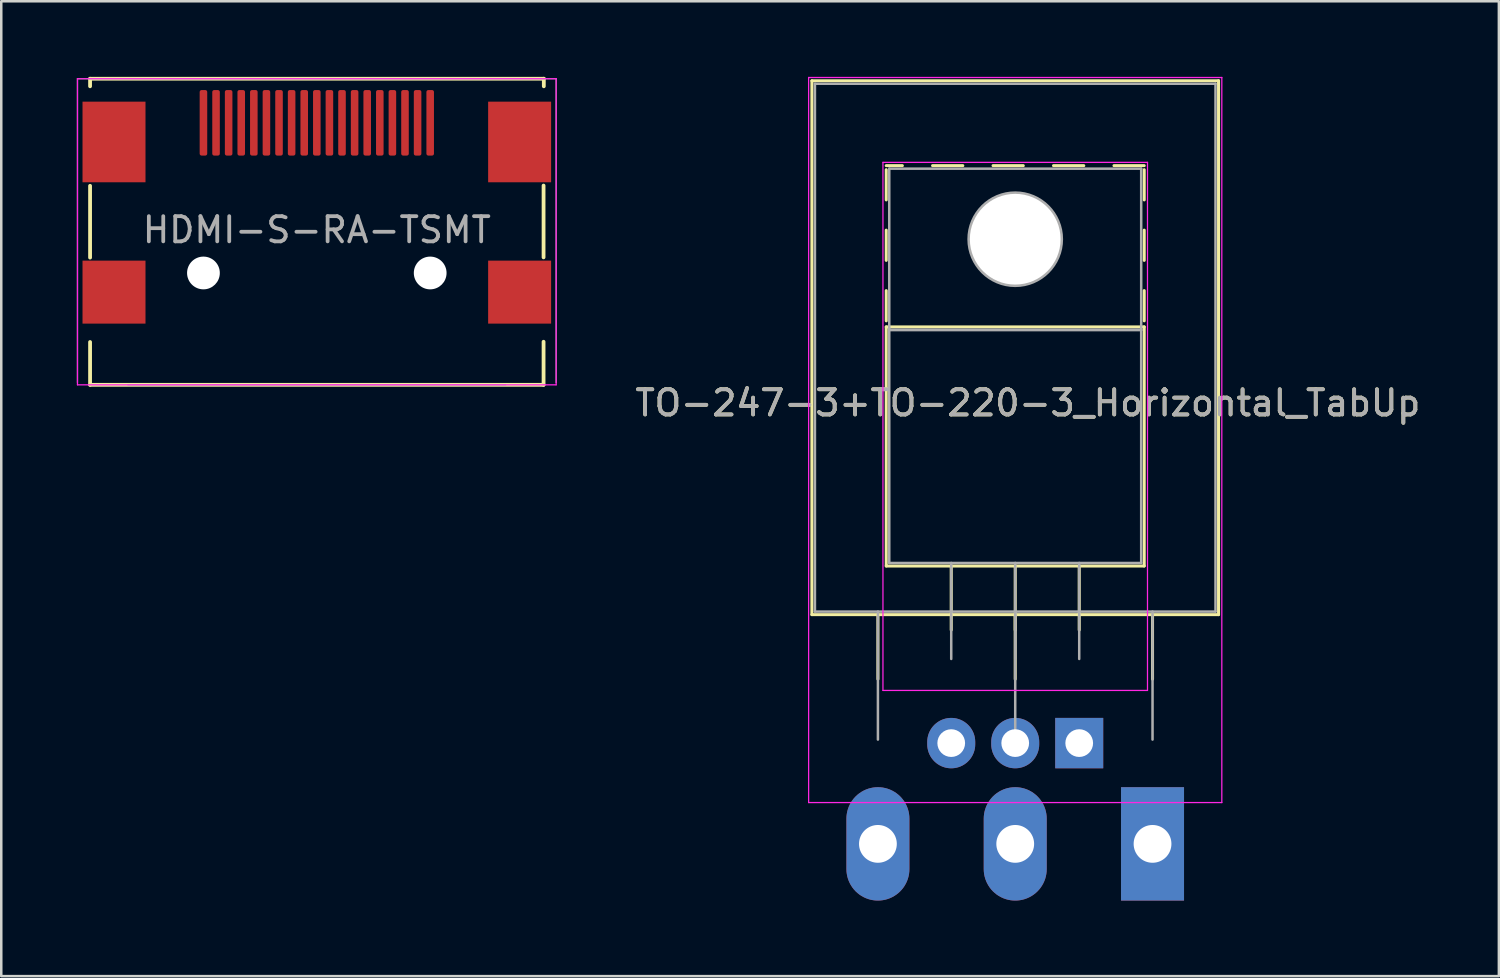
<source format=kicad_pcb>
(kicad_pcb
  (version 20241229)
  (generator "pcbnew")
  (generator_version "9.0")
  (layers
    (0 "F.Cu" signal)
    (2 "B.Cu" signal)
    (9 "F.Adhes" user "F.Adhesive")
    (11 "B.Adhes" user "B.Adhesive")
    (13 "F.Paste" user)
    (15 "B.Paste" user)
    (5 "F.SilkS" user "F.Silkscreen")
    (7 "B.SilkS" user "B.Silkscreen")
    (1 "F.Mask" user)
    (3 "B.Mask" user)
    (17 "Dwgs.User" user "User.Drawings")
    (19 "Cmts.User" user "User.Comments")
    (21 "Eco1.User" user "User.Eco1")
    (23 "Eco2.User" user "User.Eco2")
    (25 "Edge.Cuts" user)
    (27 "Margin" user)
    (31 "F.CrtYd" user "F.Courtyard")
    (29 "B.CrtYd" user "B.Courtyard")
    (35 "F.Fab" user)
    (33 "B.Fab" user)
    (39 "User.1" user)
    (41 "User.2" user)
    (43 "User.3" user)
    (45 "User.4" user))
  (footprint "TO-247-3+TO-220-3_Horizontal_TabUp"
    (layer "F.Cu")
    (at 37.246 6.445)
    (property "Reference" "TO-247-3+TO-220-3_Horizontal_TabUp" (at 0.5 6.5 180) (layer "F.SilkS") (effects (font (size 1 1) (thickness 0.15))))
    (attr through_hole)
    (fp_line (start -8.07 14.9) (end -8.07 -6.29) (stroke (width 0.12) (type solid)) (layer "F.SilkS"))
    (fp_line (start -5.45 17.46) (end -5.45 14.9) (stroke (width 0.12) (type solid)) (layer "F.SilkS"))
    (fp_line (start -5.12 -1.56) (end -5.12 -2.76) (stroke (width 0.12) (type solid)) (layer "F.SilkS"))
    (fp_line (start -5.12 0.84) (end -5.12 -0.36) (stroke (width 0.12) (type solid)) (layer "F.SilkS"))
    (fp_line (start -5.12 3.24) (end -5.12 2.04) (stroke (width 0.12) (type solid)) (layer "F.SilkS"))
    (fp_line (start -5.12 12.97) (end -5.12 3.48) (stroke (width 0.12) (type solid)) (layer "F.SilkS"))
    (fp_line (start -4.48 -2.92) (end -5.12 -2.92) (stroke (width 0.12) (type solid)) (layer "F.SilkS"))
    (fp_line (start -2.54 15.51) (end -2.54 12.97) (stroke (width 0.12) (type solid)) (layer "F.SilkS"))
    (fp_line (start -2.08 -2.92) (end -3.28 -2.92) (stroke (width 0.12) (type solid)) (layer "F.SilkS"))
    (fp_line (start 0 15.51) (end 0 12.97) (stroke (width 0.12) (type solid)) (layer "F.SilkS"))
    (fp_line (start 0 17.46) (end 0 14.9) (stroke (width 0.12) (type solid)) (layer "F.SilkS"))
    (fp_line (start 0.32 -2.92) (end -0.88 -2.92) (stroke (width 0.12) (type solid)) (layer "F.SilkS"))
    (fp_line (start 2.54 15.51) (end 2.54 12.97) (stroke (width 0.12) (type solid)) (layer "F.SilkS"))
    (fp_line (start 2.721 -2.92) (end 1.52 -2.92) (stroke (width 0.12) (type solid)) (layer "F.SilkS"))
    (fp_line (start 5.12 -2.92) (end 3.92 -2.92) (stroke (width 0.12) (type solid)) (layer "F.SilkS"))
    (fp_line (start 5.12 -1.56) (end 5.12 -2.76) (stroke (width 0.12) (type solid)) (layer "F.SilkS"))
    (fp_line (start 5.12 0.84) (end 5.12 -0.36) (stroke (width 0.12) (type solid)) (layer "F.SilkS"))
    (fp_line (start 5.12 3.24) (end 5.12 2.04) (stroke (width 0.12) (type solid)) (layer "F.SilkS"))
    (fp_line (start 5.12 3.48) (end -5.12 3.48) (stroke (width 0.12) (type solid)) (layer "F.SilkS"))
    (fp_line (start 5.12 12.97) (end -5.12 12.97) (stroke (width 0.12) (type solid)) (layer "F.SilkS"))
    (fp_line (start 5.12 12.97) (end 5.12 3.48) (stroke (width 0.12) (type solid)) (layer "F.SilkS"))
    (fp_line (start 5.45 17.46) (end 5.45 14.9) (stroke (width 0.12) (type solid)) (layer "F.SilkS"))
    (fp_line (start 8.07 -6.29) (end -8.07 -6.29) (stroke (width 0.12) (type solid)) (layer "F.SilkS"))
    (fp_line (start 8.07 14.9) (end -8.07 14.9) (stroke (width 0.12) (type solid)) (layer "F.SilkS"))
    (fp_line (start 8.07 14.9) (end 8.07 -6.29) (stroke (width 0.12) (type solid)) (layer "F.SilkS"))
    (fp_line (start -8.2 -6.42) (end -8.2 22.36) (stroke (width 0.05) (type solid)) (layer "F.CrtYd"))
    (fp_line (start -8.2 22.36) (end 8.2 22.36) (stroke (width 0.05) (type solid)) (layer "F.CrtYd"))
    (fp_line (start -5.25 -3.05) (end -5.25 17.91) (stroke (width 0.05) (type solid)) (layer "F.CrtYd"))
    (fp_line (start -5.25 17.91) (end 5.25 17.91) (stroke (width 0.05) (type solid)) (layer "F.CrtYd"))
    (fp_line (start 5.25 -3.05) (end -5.25 -3.05) (stroke (width 0.05) (type solid)) (layer "F.CrtYd"))
    (fp_line (start 5.25 17.91) (end 5.25 -3.05) (stroke (width 0.05) (type solid)) (layer "F.CrtYd"))
    (fp_line (start 8.2 -6.42) (end -8.2 -6.42) (stroke (width 0.05) (type solid)) (layer "F.CrtYd"))
    (fp_line (start 8.2 22.36) (end 8.2 -6.42) (stroke (width 0.05) (type solid)) (layer "F.CrtYd"))
    (fp_line (start -7.95 -6.17) (end -7.95 14.78) (stroke (width 0.1) (type solid)) (layer "F.Fab"))
    (fp_line (start -7.95 14.78) (end 7.95 14.78) (stroke (width 0.1) (type solid)) (layer "F.Fab"))
    (fp_line (start -5.45 14.78) (end -5.45 19.86) (stroke (width 0.1) (type solid)) (layer "F.Fab"))
    (fp_line (start -5 -2.8) (end -5 3.6) (stroke (width 0.1) (type solid)) (layer "F.Fab"))
    (fp_line (start -5 3.6) (end -5 12.85) (stroke (width 0.1) (type solid)) (layer "F.Fab"))
    (fp_line (start -5 3.6) (end 5 3.6) (stroke (width 0.1) (type solid)) (layer "F.Fab"))
    (fp_line (start -5 12.85) (end 5 12.85) (stroke (width 0.1) (type solid)) (layer "F.Fab"))
    (fp_line (start -2.54 12.85) (end -2.54 16.66) (stroke (width 0.1) (type solid)) (layer "F.Fab"))
    (fp_line (start 0 12.85) (end 0 16.66) (stroke (width 0.1) (type solid)) (layer "F.Fab"))
    (fp_line (start 0 14.78) (end 0 19.86) (stroke (width 0.1) (type solid)) (layer "F.Fab"))
    (fp_line (start 2.54 12.85) (end 2.54 16.66) (stroke (width 0.1) (type solid)) (layer "F.Fab"))
    (fp_line (start 5 -2.8) (end -5 -2.8) (stroke (width 0.1) (type solid)) (layer "F.Fab"))
    (fp_line (start 5 3.6) (end -5 3.6) (stroke (width 0.1) (type solid)) (layer "F.Fab"))
    (fp_line (start 5 3.6) (end 5 -2.8) (stroke (width 0.1) (type solid)) (layer "F.Fab"))
    (fp_line (start 5 12.85) (end 5 3.6) (stroke (width 0.1) (type solid)) (layer "F.Fab"))
    (fp_line (start 5.45 14.78) (end 5.45 19.86) (stroke (width 0.1) (type solid)) (layer "F.Fab"))
    (fp_line (start 7.95 -6.17) (end -7.95 -6.17) (stroke (width 0.1) (type solid)) (layer "F.Fab"))
    (fp_line (start 7.95 14.78) (end 7.95 -6.17) (stroke (width 0.1) (type solid)) (layer "F.Fab"))
    (fp_circle (center 0 0) (end -1.85 0) (stroke (width 0.1) (type solid)) (fill no) (layer "F.Fab"))
    (fp_circle (center 0 0) (end -1.805 0) (stroke (width 0.1) (type solid)) (fill no) (layer "F.Fab"))
    (fp_text user "${REFERENCE}" (at 0.5 6.5 180) (layer "F.Fab") (effects (font (size 1 1) (thickness 0.15))))
    (pad "" np_thru_hole oval (at 0 0 180) (size 3.5 3.5) (drill 3.5) (layers "*.Cu" "*.Mask"))
    (pad "" np_thru_hole oval (at 0 0 180) (size 3.6 3.6) (drill 3.6) (layers "*.Cu" "*.Mask"))
    (pad "1" thru_hole rect (at 2.54 20 180) (size 1.905 2) (drill 1.1) (layers "*.Cu" "*.Mask"))
    (pad "1" thru_hole rect (at 5.45 24 180) (size 2.5 4.5) (drill 1.5) (layers "*.Cu" "*.Mask"))
    (pad "2" thru_hole oval (at 0 20 180) (size 1.905 2) (drill 1.1) (layers "*.Cu" "*.Mask"))
    (pad "2" thru_hole oval (at 0 24 180) (size 2.5 4.5) (drill 1.5) (layers "*.Cu" "*.Mask"))
    (pad "3" thru_hole oval (at -5.45 24 180) (size 2.5 4.5) (drill 1.5) (layers "*.Cu" "*.Mask"))
    (pad "3" thru_hole oval (at -2.54 20 180) (size 1.905 2) (drill 1.1) (layers "*.Cu" "*.Mask")))
  (footprint "HDMI-S-RA-TSMT"
    (layer "F.Cu")
    (at 9.525 0.525)
    (property "Reference" "HDMI-S-RA-TSMT" (at 0 5.55 0) (layer "F.Fab") (effects (font (size 1 1) (thickness 0.15))))
    (attr through_hole)
    (fp_line (start -9 -0.45) (end -9 -0.15) (stroke (width 0.15) (type solid)) (layer "F.SilkS"))
    (fp_line (start -9 -0.45) (end 9.01 -0.45) (stroke (width 0.15) (type solid)) (layer "F.SilkS"))
    (fp_line (start -9 6.65) (end -9 3.8) (stroke (width 0.15) (type solid)) (layer "F.SilkS"))
    (fp_line (start -9 11.7) (end -9 10) (stroke (width 0.15) (type solid)) (layer "F.SilkS"))
    (fp_line (start -9 11.7) (end 9 11.7) (stroke (width 0.15) (type solid)) (layer "F.SilkS"))
    (fp_line (start 9 6.64) (end 9 3.79) (stroke (width 0.15) (type solid)) (layer "F.SilkS"))
    (fp_line (start 9 9.99) (end 9 11.7) (stroke (width 0.15) (type solid)) (layer "F.SilkS"))
    (fp_line (start 9.01 -0.45) (end 9.01 -0.15) (stroke (width 0.15) (type solid)) (layer "F.SilkS"))
    (fp_line (start -9.5 -0.45) (end -9.5 11.7) (stroke (width 0.05) (type solid)) (layer "F.CrtYd"))
    (fp_line (start -9.5 -0.45) (end 9.5 -0.45) (stroke (width 0.05) (type solid)) (layer "F.CrtYd"))
    (fp_line (start -9.5 11.7) (end 9.5 11.7) (stroke (width 0.05) (type solid)) (layer "F.CrtYd"))
    (fp_line (start 9.5 -0.45) (end 9.5 11.7) (stroke (width 0.05) (type solid)) (layer "F.CrtYd"))
    (fp_line (start -9.5 -0.45) (end 9.5 -0.45) (stroke (width 0.05) (type solid)) (layer "F.Fab"))
    (fp_line (start -9.5 11.61) (end -9.5 -0.45) (stroke (width 0.05) (type solid)) (layer "F.Fab"))
    (fp_line (start -7.5 11.7) (end 7.5 11.7) (stroke (width 0.05) (type solid)) (layer "F.Fab"))
    (fp_line (start 9.5 -0.45) (end 9.5 11.61) (stroke (width 0.05) (type solid)) (layer "F.Fab"))
    (pad "" np_thru_hole circle (at -4.5 7.26) (size 1.3 1.3) (drill 1.3) (layers "*.Cu" "*.Mask"))
    (pad "" np_thru_hole circle (at 4.5 7.26) (size 1.3 1.3) (drill 1.3) (layers "*.Cu" "*.Mask"))
    (pad "1" smd roundrect (at 4.5 1.3) (size 0.3 2.6) (layers "F.Cu" "F.Mask" "F.Paste") (roundrect_rratio 0.25))
    (pad "2" smd roundrect (at 4 1.3) (size 0.3 2.6) (layers "F.Cu" "F.Mask" "F.Paste") (roundrect_rratio 0.25))
    (pad "3" smd roundrect (at 3.5 1.3) (size 0.3 2.6) (layers "F.Cu" "F.Mask" "F.Paste") (roundrect_rratio 0.25))
    (pad "4" smd roundrect (at 3 1.3) (size 0.3 2.6) (layers "F.Cu" "F.Mask" "F.Paste") (roundrect_rratio 0.25))
    (pad "5" smd roundrect (at 2.5 1.3) (size 0.3 2.6) (layers "F.Cu" "F.Mask" "F.Paste") (roundrect_rratio 0.25))
    (pad "6" smd roundrect (at 2 1.3) (size 0.3 2.6) (layers "F.Cu" "F.Mask" "F.Paste") (roundrect_rratio 0.25))
    (pad "7" smd roundrect (at 1.5 1.3) (size 0.3 2.6) (layers "F.Cu" "F.Mask" "F.Paste") (roundrect_rratio 0.25))
    (pad "8" smd roundrect (at 1 1.3) (size 0.3 2.6) (layers "F.Cu" "F.Mask" "F.Paste") (roundrect_rratio 0.25))
    (pad "9" smd roundrect (at 0.5 1.3) (size 0.3 2.6) (layers "F.Cu" "F.Mask" "F.Paste") (roundrect_rratio 0.25))
    (pad "10" smd roundrect (at 0 1.3) (size 0.3 2.6) (layers "F.Cu" "F.Mask" "F.Paste") (roundrect_rratio 0.25))
    (pad "11" smd roundrect (at -0.5 1.3) (size 0.3 2.6) (layers "F.Cu" "F.Mask" "F.Paste") (roundrect_rratio 0.25))
    (pad "12" smd roundrect (at -1 1.3) (size 0.3 2.6) (layers "F.Cu" "F.Mask" "F.Paste") (roundrect_rratio 0.25))
    (pad "13" smd roundrect (at -1.5 1.3) (size 0.3 2.6) (layers "F.Cu" "F.Mask" "F.Paste") (roundrect_rratio 0.25))
    (pad "14" smd roundrect (at -2 1.3) (size 0.3 2.6) (layers "F.Cu" "F.Mask" "F.Paste") (roundrect_rratio 0.25))
    (pad "15" smd roundrect (at -2.5 1.3) (size 0.3 2.6) (layers "F.Cu" "F.Mask" "F.Paste") (roundrect_rratio 0.25))
    (pad "16" smd roundrect (at -3 1.3) (size 0.3 2.6) (layers "F.Cu" "F.Mask" "F.Paste") (roundrect_rratio 0.25))
    (pad "17" smd roundrect (at -3.5 1.3) (size 0.3 2.6) (layers "F.Cu" "F.Mask" "F.Paste") (roundrect_rratio 0.25))
    (pad "18" smd roundrect (at -4 1.3) (size 0.3 2.6) (layers "F.Cu" "F.Mask" "F.Paste") (roundrect_rratio 0.25))
    (pad "19" smd roundrect (at -4.5 1.3) (size 0.3 2.6) (layers "F.Cu" "F.Mask" "F.Paste") (roundrect_rratio 0.25))
    (pad "SH" smd rect (at -8.05 2.06) (size 2.5 3.2) (layers "F.Cu" "F.Mask" "F.Paste"))
    (pad "SH" smd rect (at -8.05 8.02) (size 2.5 2.5) (layers "F.Cu" "F.Mask" "F.Paste"))
    (pad "SH" smd rect (at 8.05 2.06) (size 2.5 3.2) (layers "F.Cu" "F.Mask" "F.Paste"))
    (pad "SH" smd rect (at 8.05 8.02) (size 2.5 2.5) (layers "F.Cu" "F.Mask" "F.Paste")))
  (gr_rect
    (start -3 -3)
    (end 56.443 35.695)
    (stroke (width 0.1) (type default))
    (fill no)
    (layer "Edge.Cuts")))
</source>
